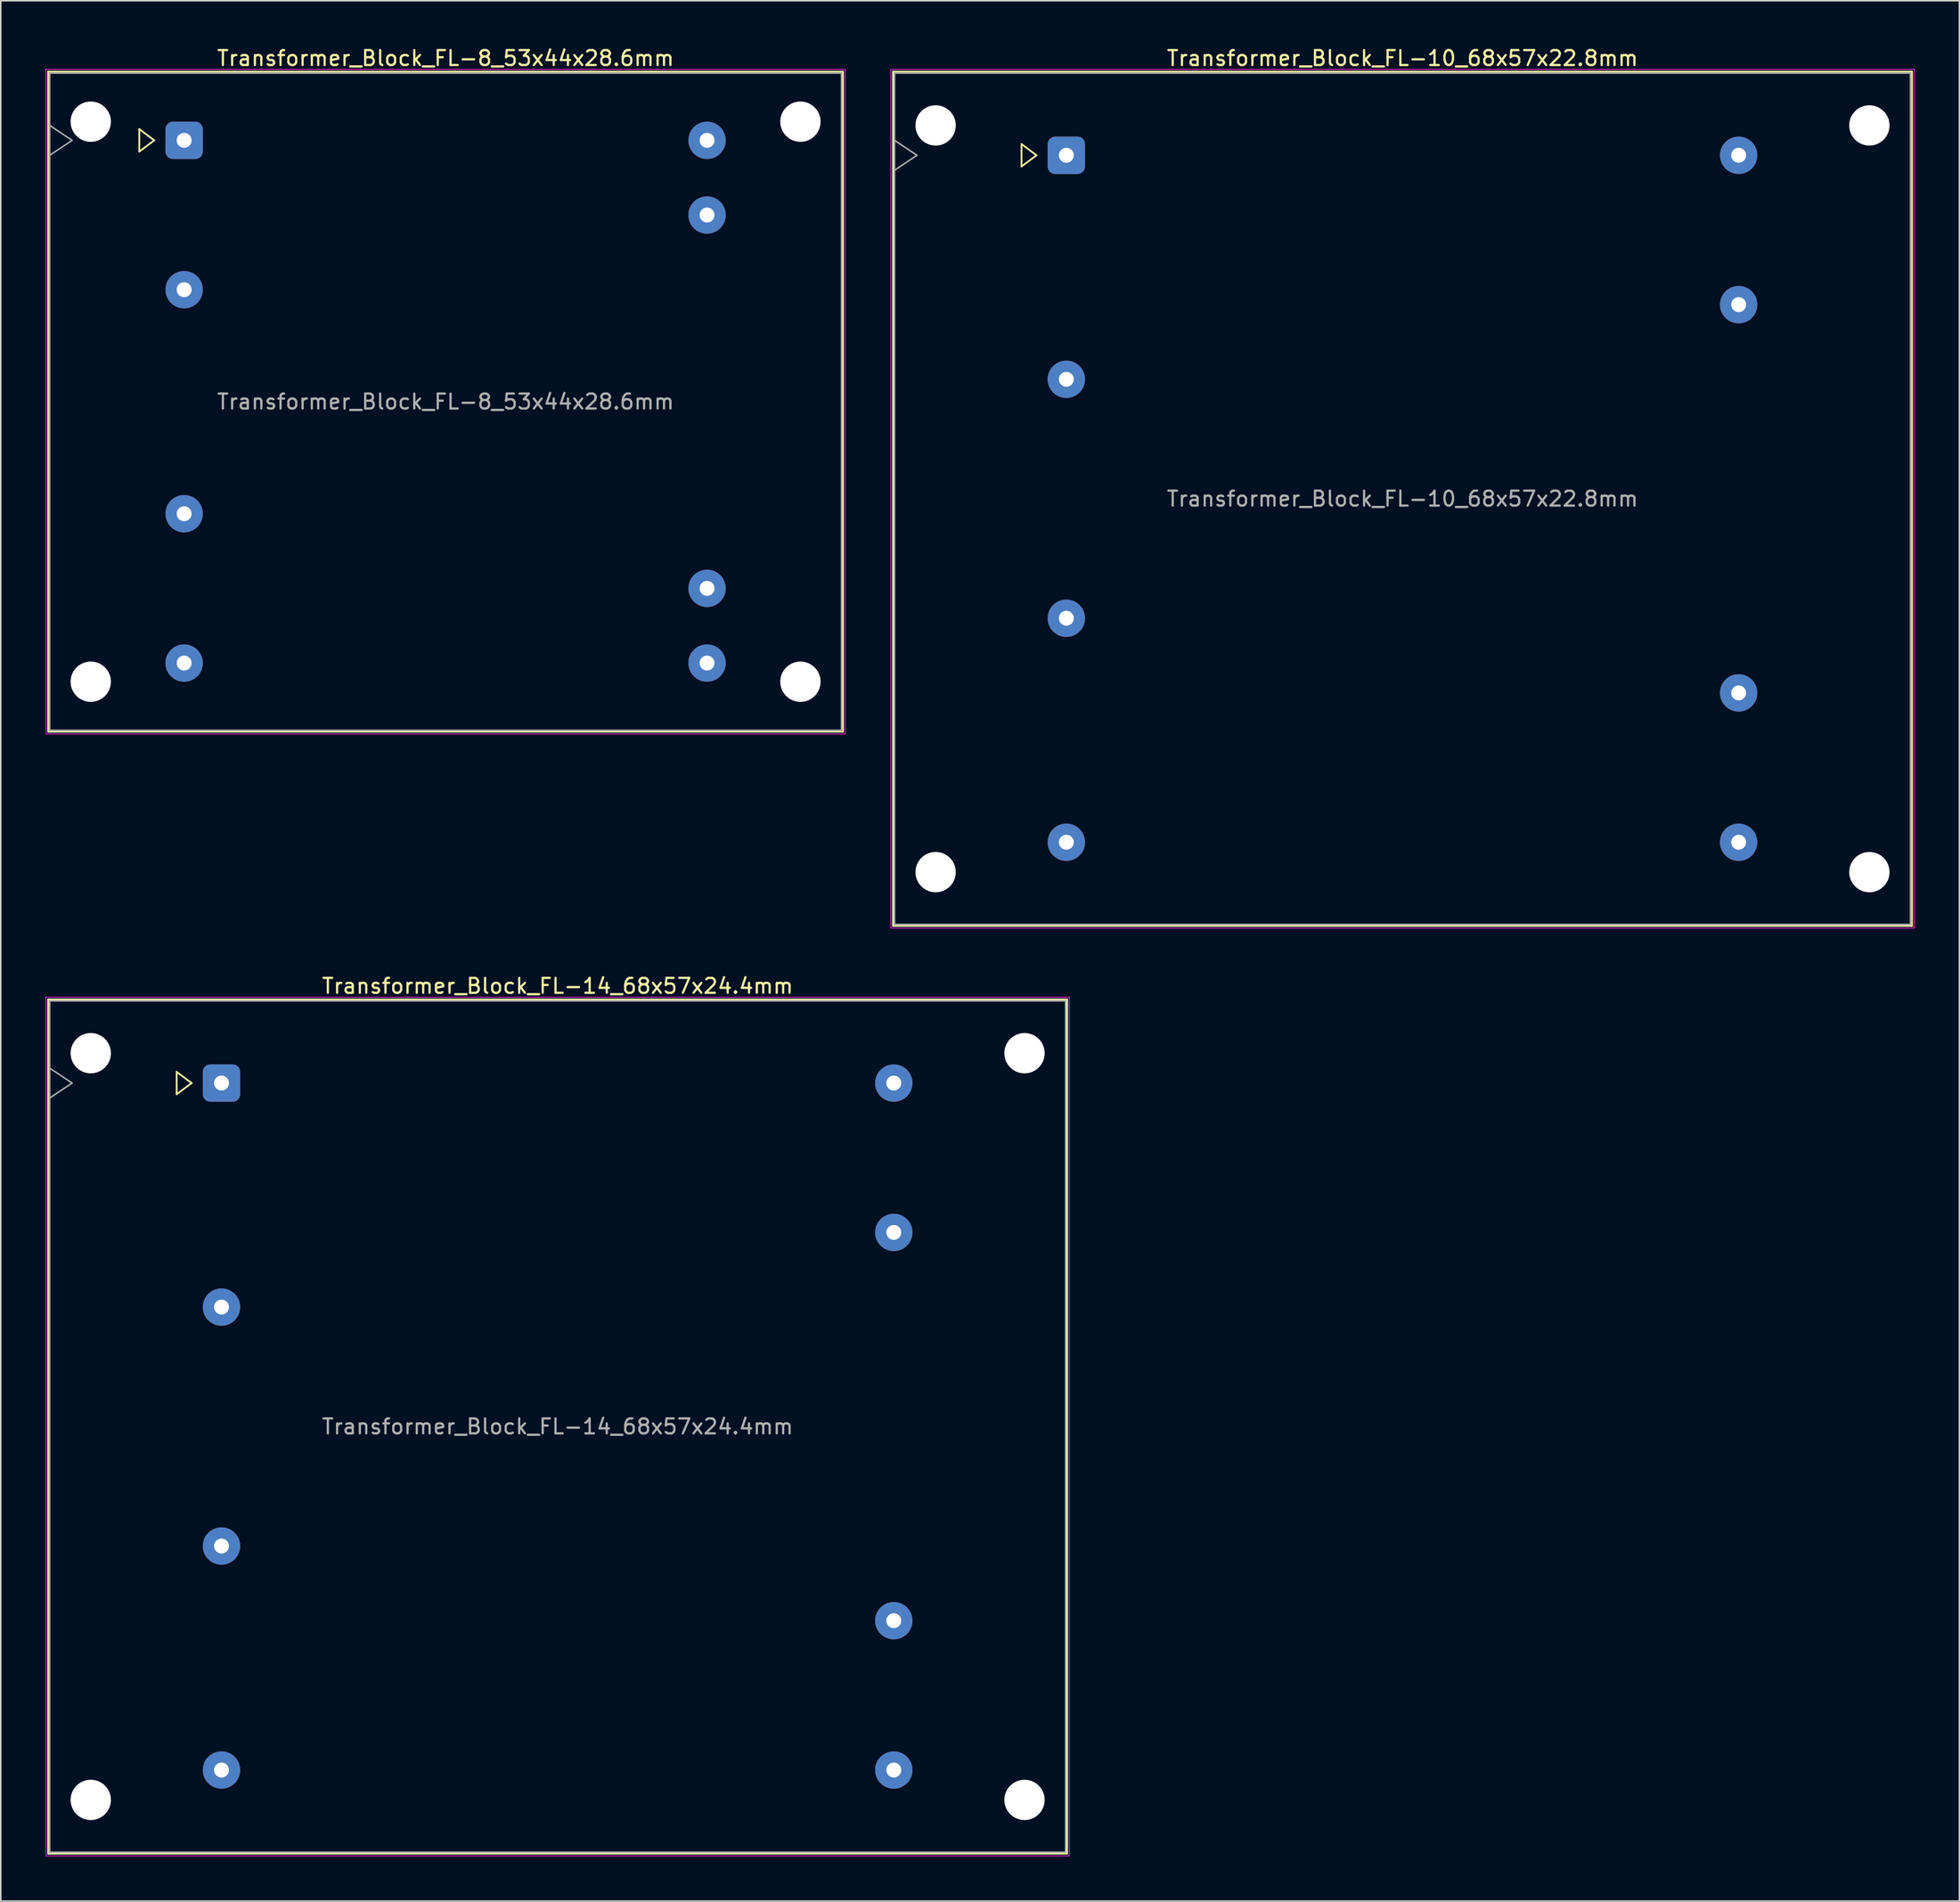
<source format=kicad_pcb>
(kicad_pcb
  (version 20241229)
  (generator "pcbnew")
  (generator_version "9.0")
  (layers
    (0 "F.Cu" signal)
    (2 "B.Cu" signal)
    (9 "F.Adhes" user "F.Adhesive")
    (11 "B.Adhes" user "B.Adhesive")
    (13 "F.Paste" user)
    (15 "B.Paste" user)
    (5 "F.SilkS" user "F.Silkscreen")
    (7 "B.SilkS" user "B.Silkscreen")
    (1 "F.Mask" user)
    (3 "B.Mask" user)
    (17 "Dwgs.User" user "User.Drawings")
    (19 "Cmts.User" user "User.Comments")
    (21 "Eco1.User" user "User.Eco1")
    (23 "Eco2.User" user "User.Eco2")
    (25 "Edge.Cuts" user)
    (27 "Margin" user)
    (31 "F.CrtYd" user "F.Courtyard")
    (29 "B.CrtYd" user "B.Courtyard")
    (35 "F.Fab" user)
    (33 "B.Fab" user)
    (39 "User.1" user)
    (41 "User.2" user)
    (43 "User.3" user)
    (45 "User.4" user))
  (footprint "Transformer_Block_FL-8_53x44x28.6mm"
    (layer "F.Cu")
    (at 9.275 6.348)
    (property "Reference" "Transformer_Block_FL-8_53x44x28.6mm" (at 17.5 -5.5 0) (layer "F.SilkS") (effects (font (size 1 1) (thickness 0.15))))
    (attr through_hole)
    (fp_line (start -9.1 -4.6) (end -9.1 39.6) (stroke (width 0.12) (type solid)) (layer "F.SilkS"))
    (fp_line (start -9.1 39.6) (end 44.1 39.6) (stroke (width 0.12) (type solid)) (layer "F.SilkS"))
    (fp_line (start -3 -0.75) (end -2 0) (stroke (width 0.12) (type solid)) (layer "F.SilkS"))
    (fp_line (start -3 0.75) (end -3 -0.75) (stroke (width 0.12) (type solid)) (layer "F.SilkS"))
    (fp_line (start -2 0) (end -3 0.75) (stroke (width 0.12) (type solid)) (layer "F.SilkS"))
    (fp_line (start 44.1 -4.6) (end -9.1 -4.6) (stroke (width 0.12) (type solid)) (layer "F.SilkS"))
    (fp_line (start 44.1 39.6) (end 44.1 -4.6) (stroke (width 0.12) (type solid)) (layer "F.SilkS"))
    (fp_line (start -9.25 -4.75) (end -9.25 39.75) (stroke (width 0.05) (type solid)) (layer "F.CrtYd"))
    (fp_line (start -9.25 39.75) (end 44.25 39.75) (stroke (width 0.05) (type solid)) (layer "F.CrtYd"))
    (fp_line (start 44.25 -4.75) (end -9.25 -4.75) (stroke (width 0.05) (type solid)) (layer "F.CrtYd"))
    (fp_line (start 44.25 39.75) (end 44.25 -4.75) (stroke (width 0.05) (type solid)) (layer "F.CrtYd"))
    (fp_line (start -9 -4.5) (end -9 39.5) (stroke (width 0.1) (type solid)) (layer "F.Fab"))
    (fp_line (start -9 -1) (end -7.5 0) (stroke (width 0.1) (type solid)) (layer "F.Fab"))
    (fp_line (start -9 39.5) (end 44 39.5) (stroke (width 0.1) (type solid)) (layer "F.Fab"))
    (fp_line (start -7.5 0) (end -9 1) (stroke (width 0.1) (type solid)) (layer "F.Fab"))
    (fp_line (start 44 -4.5) (end -9 -4.5) (stroke (width 0.1) (type solid)) (layer "F.Fab"))
    (fp_line (start 44 39.5) (end 44 -4.5) (stroke (width 0.1) (type solid)) (layer "F.Fab"))
    (fp_text user "${REFERENCE}" (at 17.5 17.5 0) (layer "F.Fab") (effects (font (size 1 1) (thickness 0.15))))
    (pad "" np_thru_hole circle (at -6.25 -1.25) (size 2.7 2.7) (drill 2.7) (layers "*.Cu" "*.Mask"))
    (pad "" np_thru_hole circle (at -6.25 36.25) (size 2.7 2.7) (drill 2.7) (layers "*.Cu" "*.Mask"))
    (pad "" np_thru_hole circle (at 41.25 -1.25) (size 2.7 2.7) (drill 2.7) (layers "*.Cu" "*.Mask"))
    (pad "" np_thru_hole circle (at 41.25 36.25) (size 2.7 2.7) (drill 2.7) (layers "*.Cu" "*.Mask"))
    (pad "1" thru_hole roundrect (at 0 0) (size 2.5 2.5) (drill 1) (layers "*.Cu" "*.Mask") (roundrect_rratio 0.2))
    (pad "2" thru_hole circle (at 0 10) (size 2.5 2.5) (drill 1) (layers "*.Cu" "*.Mask"))
    (pad "3" thru_hole circle (at 0 25) (size 2.5 2.5) (drill 1) (layers "*.Cu" "*.Mask"))
    (pad "4" thru_hole circle (at 0 35) (size 2.5 2.5) (drill 1) (layers "*.Cu" "*.Mask"))
    (pad "5" thru_hole circle (at 35 35) (size 2.5 2.5) (drill 1) (layers "*.Cu" "*.Mask"))
    (pad "6" thru_hole circle (at 35 30) (size 2.5 2.5) (drill 1) (layers "*.Cu" "*.Mask"))
    (pad "7" thru_hole circle (at 35 5) (size 2.5 2.5) (drill 1) (layers "*.Cu" "*.Mask"))
    (pad "8" thru_hole circle (at 35 0) (size 2.5 2.5) (drill 1) (layers "*.Cu" "*.Mask")))
  (footprint "Transformer_Block_FL-14_68x57x24.4mm"
    (layer "F.Cu")
    (at 11.775 69.472)
    (property "Reference" "Transformer_Block_FL-14_68x57x24.4mm" (at 22.5 -6.5 0) (layer "F.SilkS") (effects (font (size 1 1) (thickness 0.15))))
    (attr through_hole)
    (fp_line (start -11.6 -5.6) (end -11.6 51.6) (stroke (width 0.12) (type solid)) (layer "F.SilkS"))
    (fp_line (start -11.6 51.6) (end 56.6 51.6) (stroke (width 0.12) (type solid)) (layer "F.SilkS"))
    (fp_line (start -3 -0.75) (end -2 0) (stroke (width 0.12) (type solid)) (layer "F.SilkS"))
    (fp_line (start -3 0.75) (end -3 -0.75) (stroke (width 0.12) (type solid)) (layer "F.SilkS"))
    (fp_line (start -2 0) (end -3 0.75) (stroke (width 0.12) (type solid)) (layer "F.SilkS"))
    (fp_line (start 56.6 -5.6) (end -11.6 -5.6) (stroke (width 0.12) (type solid)) (layer "F.SilkS"))
    (fp_line (start 56.6 51.6) (end 56.6 -5.6) (stroke (width 0.12) (type solid)) (layer "F.SilkS"))
    (fp_line (start -11.75 -5.75) (end -11.75 51.75) (stroke (width 0.05) (type solid)) (layer "F.CrtYd"))
    (fp_line (start -11.75 51.75) (end 56.75 51.75) (stroke (width 0.05) (type solid)) (layer "F.CrtYd"))
    (fp_line (start 56.75 -5.75) (end -11.75 -5.75) (stroke (width 0.05) (type solid)) (layer "F.CrtYd"))
    (fp_line (start 56.75 51.75) (end 56.75 -5.75) (stroke (width 0.05) (type solid)) (layer "F.CrtYd"))
    (fp_line (start -11.5 -5.5) (end -11.5 51.5) (stroke (width 0.1) (type solid)) (layer "F.Fab"))
    (fp_line (start -11.5 -1) (end -10 0) (stroke (width 0.1) (type solid)) (layer "F.Fab"))
    (fp_line (start -11.5 51.5) (end 56.5 51.5) (stroke (width 0.1) (type solid)) (layer "F.Fab"))
    (fp_line (start -10 0) (end -11.5 1) (stroke (width 0.1) (type solid)) (layer "F.Fab"))
    (fp_line (start 56.5 -5.5) (end -11.5 -5.5) (stroke (width 0.1) (type solid)) (layer "F.Fab"))
    (fp_line (start 56.5 51.5) (end 56.5 -5.5) (stroke (width 0.1) (type solid)) (layer "F.Fab"))
    (fp_text user "${REFERENCE}" (at 22.5 23 0) (layer "F.Fab") (effects (font (size 1 1) (thickness 0.15))))
    (pad "" np_thru_hole circle (at -8.75 -2) (size 2.7 2.7) (drill 2.7) (layers "*.Cu" "*.Mask"))
    (pad "" np_thru_hole circle (at -8.75 48) (size 2.7 2.7) (drill 2.7) (layers "*.Cu" "*.Mask"))
    (pad "" np_thru_hole circle (at 53.75 -2) (size 2.7 2.7) (drill 2.7) (layers "*.Cu" "*.Mask"))
    (pad "" np_thru_hole circle (at 53.75 48) (size 2.7 2.7) (drill 2.7) (layers "*.Cu" "*.Mask"))
    (pad "1" thru_hole roundrect (at 0 0) (size 2.5 2.5) (drill 1) (layers "*.Cu" "*.Mask") (roundrect_rratio 0.2))
    (pad "2" thru_hole circle (at 0 15) (size 2.5 2.5) (drill 1) (layers "*.Cu" "*.Mask"))
    (pad "3" thru_hole circle (at 0 31) (size 2.5 2.5) (drill 1) (layers "*.Cu" "*.Mask"))
    (pad "4" thru_hole circle (at 0 46) (size 2.5 2.5) (drill 1) (layers "*.Cu" "*.Mask"))
    (pad "5" thru_hole circle (at 45 46) (size 2.5 2.5) (drill 1) (layers "*.Cu" "*.Mask"))
    (pad "6" thru_hole circle (at 45 36) (size 2.5 2.5) (drill 1) (layers "*.Cu" "*.Mask"))
    (pad "7" thru_hole circle (at 45 10) (size 2.5 2.5) (drill 1) (layers "*.Cu" "*.Mask"))
    (pad "8" thru_hole circle (at 45 0) (size 2.5 2.5) (drill 1) (layers "*.Cu" "*.Mask")))
  (footprint "Transformer_Block_FL-10_68x57x22.8mm"
    (layer "F.Cu")
    (at 68.325 7.348)
    (property "Reference" "Transformer_Block_FL-10_68x57x22.8mm" (at 22.5 -6.5 0) (layer "F.SilkS") (effects (font (size 1 1) (thickness 0.15))))
    (attr through_hole)
    (fp_line (start -11.6 -5.6) (end -11.6 51.6) (stroke (width 0.12) (type solid)) (layer "F.SilkS"))
    (fp_line (start -11.6 51.6) (end 56.6 51.6) (stroke (width 0.12) (type solid)) (layer "F.SilkS"))
    (fp_line (start -3 -0.75) (end -2 0) (stroke (width 0.12) (type solid)) (layer "F.SilkS"))
    (fp_line (start -3 0.75) (end -3 -0.75) (stroke (width 0.12) (type solid)) (layer "F.SilkS"))
    (fp_line (start -2 0) (end -3 0.75) (stroke (width 0.12) (type solid)) (layer "F.SilkS"))
    (fp_line (start 56.6 -5.6) (end -11.6 -5.6) (stroke (width 0.12) (type solid)) (layer "F.SilkS"))
    (fp_line (start 56.6 51.6) (end 56.6 -5.6) (stroke (width 0.12) (type solid)) (layer "F.SilkS"))
    (fp_line (start -11.75 -5.75) (end -11.75 51.75) (stroke (width 0.05) (type solid)) (layer "F.CrtYd"))
    (fp_line (start -11.75 51.75) (end 56.75 51.75) (stroke (width 0.05) (type solid)) (layer "F.CrtYd"))
    (fp_line (start 56.75 -5.75) (end -11.75 -5.75) (stroke (width 0.05) (type solid)) (layer "F.CrtYd"))
    (fp_line (start 56.75 51.75) (end 56.75 -5.75) (stroke (width 0.05) (type solid)) (layer "F.CrtYd"))
    (fp_line (start -11.5 -5.5) (end -11.5 51.5) (stroke (width 0.1) (type solid)) (layer "F.Fab"))
    (fp_line (start -11.5 -1) (end -10 0) (stroke (width 0.1) (type solid)) (layer "F.Fab"))
    (fp_line (start -11.5 51.5) (end 56.5 51.5) (stroke (width 0.1) (type solid)) (layer "F.Fab"))
    (fp_line (start -10 0) (end -11.5 1) (stroke (width 0.1) (type solid)) (layer "F.Fab"))
    (fp_line (start 56.5 -5.5) (end -11.5 -5.5) (stroke (width 0.1) (type solid)) (layer "F.Fab"))
    (fp_line (start 56.5 51.5) (end 56.5 -5.5) (stroke (width 0.1) (type solid)) (layer "F.Fab"))
    (fp_text user "${REFERENCE}" (at 22.5 23 0) (layer "F.Fab") (effects (font (size 1 1) (thickness 0.15))))
    (pad "" np_thru_hole circle (at -8.75 -2) (size 2.7 2.7) (drill 2.7) (layers "*.Cu" "*.Mask"))
    (pad "" np_thru_hole circle (at -8.75 48) (size 2.7 2.7) (drill 2.7) (layers "*.Cu" "*.Mask"))
    (pad "" np_thru_hole circle (at 53.75 -2) (size 2.7 2.7) (drill 2.7) (layers "*.Cu" "*.Mask"))
    (pad "" np_thru_hole circle (at 53.75 48) (size 2.7 2.7) (drill 2.7) (layers "*.Cu" "*.Mask"))
    (pad "1" thru_hole roundrect (at 0 0) (size 2.5 2.5) (drill 1) (layers "*.Cu" "*.Mask") (roundrect_rratio 0.2))
    (pad "2" thru_hole circle (at 0 15) (size 2.5 2.5) (drill 1) (layers "*.Cu" "*.Mask"))
    (pad "3" thru_hole circle (at 0 31) (size 2.5 2.5) (drill 1) (layers "*.Cu" "*.Mask"))
    (pad "4" thru_hole circle (at 0 46) (size 2.5 2.5) (drill 1) (layers "*.Cu" "*.Mask"))
    (pad "5" thru_hole circle (at 45 46) (size 2.5 2.5) (drill 1) (layers "*.Cu" "*.Mask"))
    (pad "6" thru_hole circle (at 45 36) (size 2.5 2.5) (drill 1) (layers "*.Cu" "*.Mask"))
    (pad "7" thru_hole circle (at 45 10) (size 2.5 2.5) (drill 1) (layers "*.Cu" "*.Mask"))
    (pad "8" thru_hole circle (at 45 0) (size 2.5 2.5) (drill 1) (layers "*.Cu" "*.Mask")))
  (gr_rect
    (start -3 -3)
    (end 128.1 124.246)
    (stroke (width 0.1) (type default))
    (fill no)
    (layer "Edge.Cuts")))
</source>
